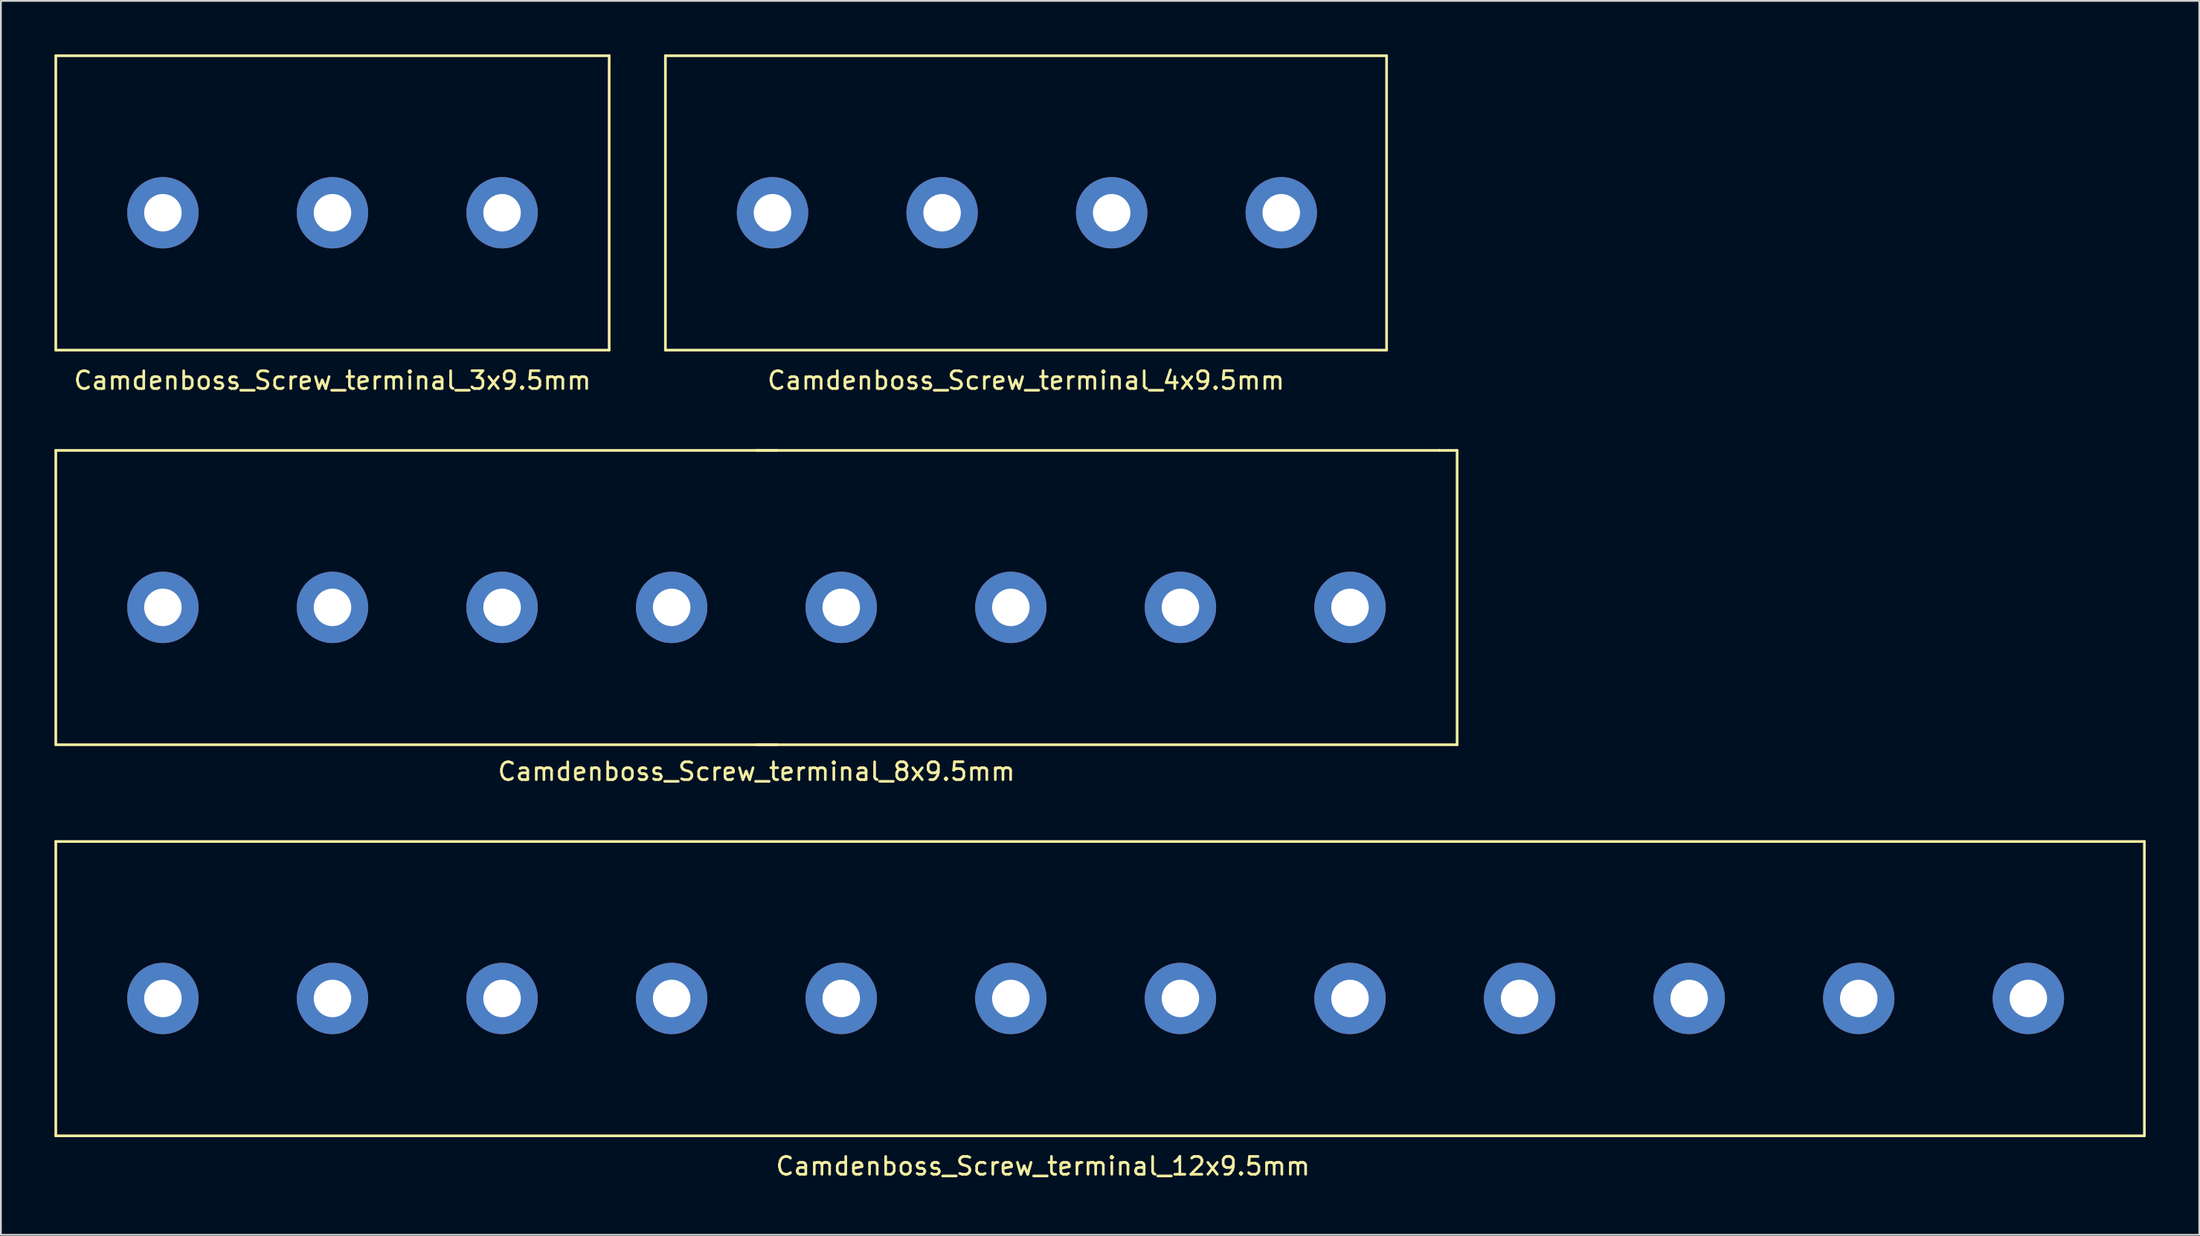
<source format=kicad_pcb>
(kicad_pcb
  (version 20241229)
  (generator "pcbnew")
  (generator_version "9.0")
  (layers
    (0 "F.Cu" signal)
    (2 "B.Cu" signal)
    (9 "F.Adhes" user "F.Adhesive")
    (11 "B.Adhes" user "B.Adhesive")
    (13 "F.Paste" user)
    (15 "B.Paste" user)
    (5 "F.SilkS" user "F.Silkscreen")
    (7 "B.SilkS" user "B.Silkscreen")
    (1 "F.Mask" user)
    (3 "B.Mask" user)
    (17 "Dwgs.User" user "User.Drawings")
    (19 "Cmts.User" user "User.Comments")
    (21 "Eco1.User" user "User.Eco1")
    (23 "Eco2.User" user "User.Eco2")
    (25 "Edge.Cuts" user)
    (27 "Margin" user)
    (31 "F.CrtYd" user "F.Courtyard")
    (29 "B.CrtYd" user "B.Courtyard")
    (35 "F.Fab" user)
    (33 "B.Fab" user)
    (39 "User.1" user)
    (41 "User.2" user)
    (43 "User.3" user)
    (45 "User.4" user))
  (footprint "Camdenboss_Screw_terminal_4x9.5mm"
    (layer "F.Cu")
    (at 54.425 8.875)
    (property "Reference" "Camdenboss_Screw_terminal_4x9.5mm" (at 0 9.4 0) (layer "F.SilkS") (effects (font (size 1 1) (thickness 0.15))))
    (attr through_hole)
    (fp_line (start -20.2 -8.8) (end -20.2 7.7) (stroke (width 0.15) (type solid)) (layer "F.SilkS"))
    (fp_line (start -20.2 -8.8) (end 20.2 -8.8) (stroke (width 0.15) (type solid)) (layer "F.SilkS"))
    (fp_line (start -20.2 7.7) (end 20.2 7.7) (stroke (width 0.15) (type solid)) (layer "F.SilkS"))
    (fp_line (start 20.2 -8.8) (end 20.2 7.7) (stroke (width 0.15) (type solid)) (layer "F.SilkS"))
    (pad "1" thru_hole circle (at -14.2 0) (size 4 4) (drill 2.1) (layers "*.Cu" "*.Mask"))
    (pad "2" thru_hole circle (at -4.7 0) (size 4 4) (drill 2.1) (layers "*.Cu" "*.Mask"))
    (pad "3" thru_hole circle (at 4.8 0) (size 4 4) (drill 2.1) (layers "*.Cu" "*.Mask"))
    (pad "4" thru_hole circle (at 14.3 0) (size 4 4) (drill 2.1) (layers "*.Cu" "*.Mask")))
  (footprint "Camdenboss_Screw_terminal_3x9.5mm"
    (layer "F.Cu")
    (at 15.575 8.875)
    (property "Reference" "Camdenboss_Screw_terminal_3x9.5mm" (at 0 9.4 0) (layer "F.SilkS") (effects (font (size 1 1) (thickness 0.15))))
    (attr through_hole)
    (fp_line (start -15.5 -8.8) (end -15.5 7.7) (stroke (width 0.15) (type solid)) (layer "F.SilkS"))
    (fp_line (start -15.5 -8.8) (end 15.5 -8.8) (stroke (width 0.15) (type solid)) (layer "F.SilkS"))
    (fp_line (start -15.5 7.7) (end 15.5 7.7) (stroke (width 0.15) (type solid)) (layer "F.SilkS"))
    (fp_line (start 15.5 -8.8) (end 15.5 7.7) (stroke (width 0.15) (type solid)) (layer "F.SilkS"))
    (pad "1" thru_hole circle (at -9.5 0) (size 4 4) (drill 2.1) (layers "*.Cu" "*.Mask"))
    (pad "2" thru_hole circle (at 0 0) (size 4 4) (drill 2.1) (layers "*.Cu" "*.Mask"))
    (pad "3" thru_hole circle (at 9.5 0) (size 4 4) (drill 2.1) (layers "*.Cu" "*.Mask")))
  (footprint "Camdenboss_Screw_terminal_12x9.5mm"
    (layer "F.Cu")
    (at 58.075 52.721)
    (property "Reference" "Camdenboss_Screw_terminal_12x9.5mm" (at -2.7 9.6 0) (layer "F.SilkS") (effects (font (size 1 1) (thickness 0.15))))
    (attr through_hole)
    (fp_line (start -58 -8.6) (end -58 7.9) (stroke (width 0.15) (type solid)) (layer "F.SilkS"))
    (fp_line (start -58 -8.6) (end 59 -8.6) (stroke (width 0.15) (type solid)) (layer "F.SilkS"))
    (fp_line (start -58 7.9) (end 59 7.9) (stroke (width 0.15) (type solid)) (layer "F.SilkS"))
    (fp_line (start 59 -8.6) (end 59 7.9) (stroke (width 0.15) (type solid)) (layer "F.SilkS"))
    (pad "1" thru_hole circle (at -52 0.2) (size 4 4) (drill 2.1) (layers "*.Cu" "*.Mask"))
    (pad "2" thru_hole circle (at -42.5 0.2) (size 4 4) (drill 2.1) (layers "*.Cu" "*.Mask"))
    (pad "3" thru_hole circle (at -33 0.2) (size 4 4) (drill 2.1) (layers "*.Cu" "*.Mask"))
    (pad "4" thru_hole circle (at -23.5 0.2) (size 4 4) (drill 2.1) (layers "*.Cu" "*.Mask"))
    (pad "5" thru_hole circle (at -14 0.2) (size 4 4) (drill 2.1) (layers "*.Cu" "*.Mask"))
    (pad "6" thru_hole circle (at -4.5 0.2) (size 4 4) (drill 2.1) (layers "*.Cu" "*.Mask"))
    (pad "7" thru_hole circle (at 5 0.2) (size 4 4) (drill 2.1) (layers "*.Cu" "*.Mask"))
    (pad "8" thru_hole circle (at 14.5 0.2) (size 4 4) (drill 2.1) (layers "*.Cu" "*.Mask"))
    (pad "9" thru_hole circle (at 24 0.2) (size 4 4) (drill 2.1) (layers "*.Cu" "*.Mask"))
    (pad "10" thru_hole circle (at 33.5 0.2) (size 4 4) (drill 2.1) (layers "*.Cu" "*.Mask"))
    (pad "11" thru_hole circle (at 43 0.2) (size 4 4) (drill 2.1) (layers "*.Cu" "*.Mask"))
    (pad "12" thru_hole circle (at 52.5 0.2) (size 4 4) (drill 2.1) (layers "*.Cu" "*.Mask")))
  (footprint "Camdenboss_Screw_terminal_8x9.5mm"
    (layer "F.Cu")
    (at 39.325 30.998)
    (property "Reference" "Camdenboss_Screw_terminal_8x9.5mm" (at 0 9.2 0) (layer "F.SilkS") (effects (font (size 1 1) (thickness 0.15))))
    (attr through_hole)
    (fp_line (start -39.25 -8.8) (end -39.25 7.7) (stroke (width 0.15) (type solid)) (layer "F.SilkS"))
    (fp_line (start -39.25 -8.8) (end 1.15 -8.8) (stroke (width 0.15) (type solid)) (layer "F.SilkS"))
    (fp_line (start -39.25 7.7) (end 1.15 7.7) (stroke (width 0.15) (type solid)) (layer "F.SilkS"))
    (fp_line (start 0 -8.8) (end 38.25 -8.8) (stroke (width 0.15) (type solid)) (layer "F.SilkS"))
    (fp_line (start 0 7.7) (end 39.25 7.7) (stroke (width 0.15) (type solid)) (layer "F.SilkS"))
    (fp_line (start 39.25 -8.8) (end 38.25 -8.8) (stroke (width 0.15) (type solid)) (layer "F.SilkS"))
    (fp_line (start 39.25 7.7) (end 39.25 -8.8) (stroke (width 0.15) (type solid)) (layer "F.SilkS"))
    (pad "1" thru_hole circle (at -33.25 0) (size 4 4) (drill 2.1) (layers "*.Cu" "*.Mask"))
    (pad "2" thru_hole circle (at -23.75 0) (size 4 4) (drill 2.1) (layers "*.Cu" "*.Mask"))
    (pad "3" thru_hole circle (at -14.25 0) (size 4 4) (drill 2.1) (layers "*.Cu" "*.Mask"))
    (pad "4" thru_hole circle (at -4.75 0) (size 4 4) (drill 2.1) (layers "*.Cu" "*.Mask"))
    (pad "5" thru_hole circle (at 4.75 0) (size 4 4) (drill 2.1) (layers "*.Cu" "*.Mask"))
    (pad "6" thru_hole circle (at 14.25 0) (size 4 4) (drill 2.1) (layers "*.Cu" "*.Mask"))
    (pad "7" thru_hole circle (at 23.75 0) (size 4 4) (drill 2.1) (layers "*.Cu" "*.Mask"))
    (pad "8" thru_hole circle (at 33.25 0) (size 4 4) (drill 2.1) (layers "*.Cu" "*.Mask")))
  (gr_rect
    (start -3 -3)
    (end 120.15 66.17)
    (stroke (width 0.1) (type default))
    (fill no)
    (layer "Edge.Cuts")))
</source>
